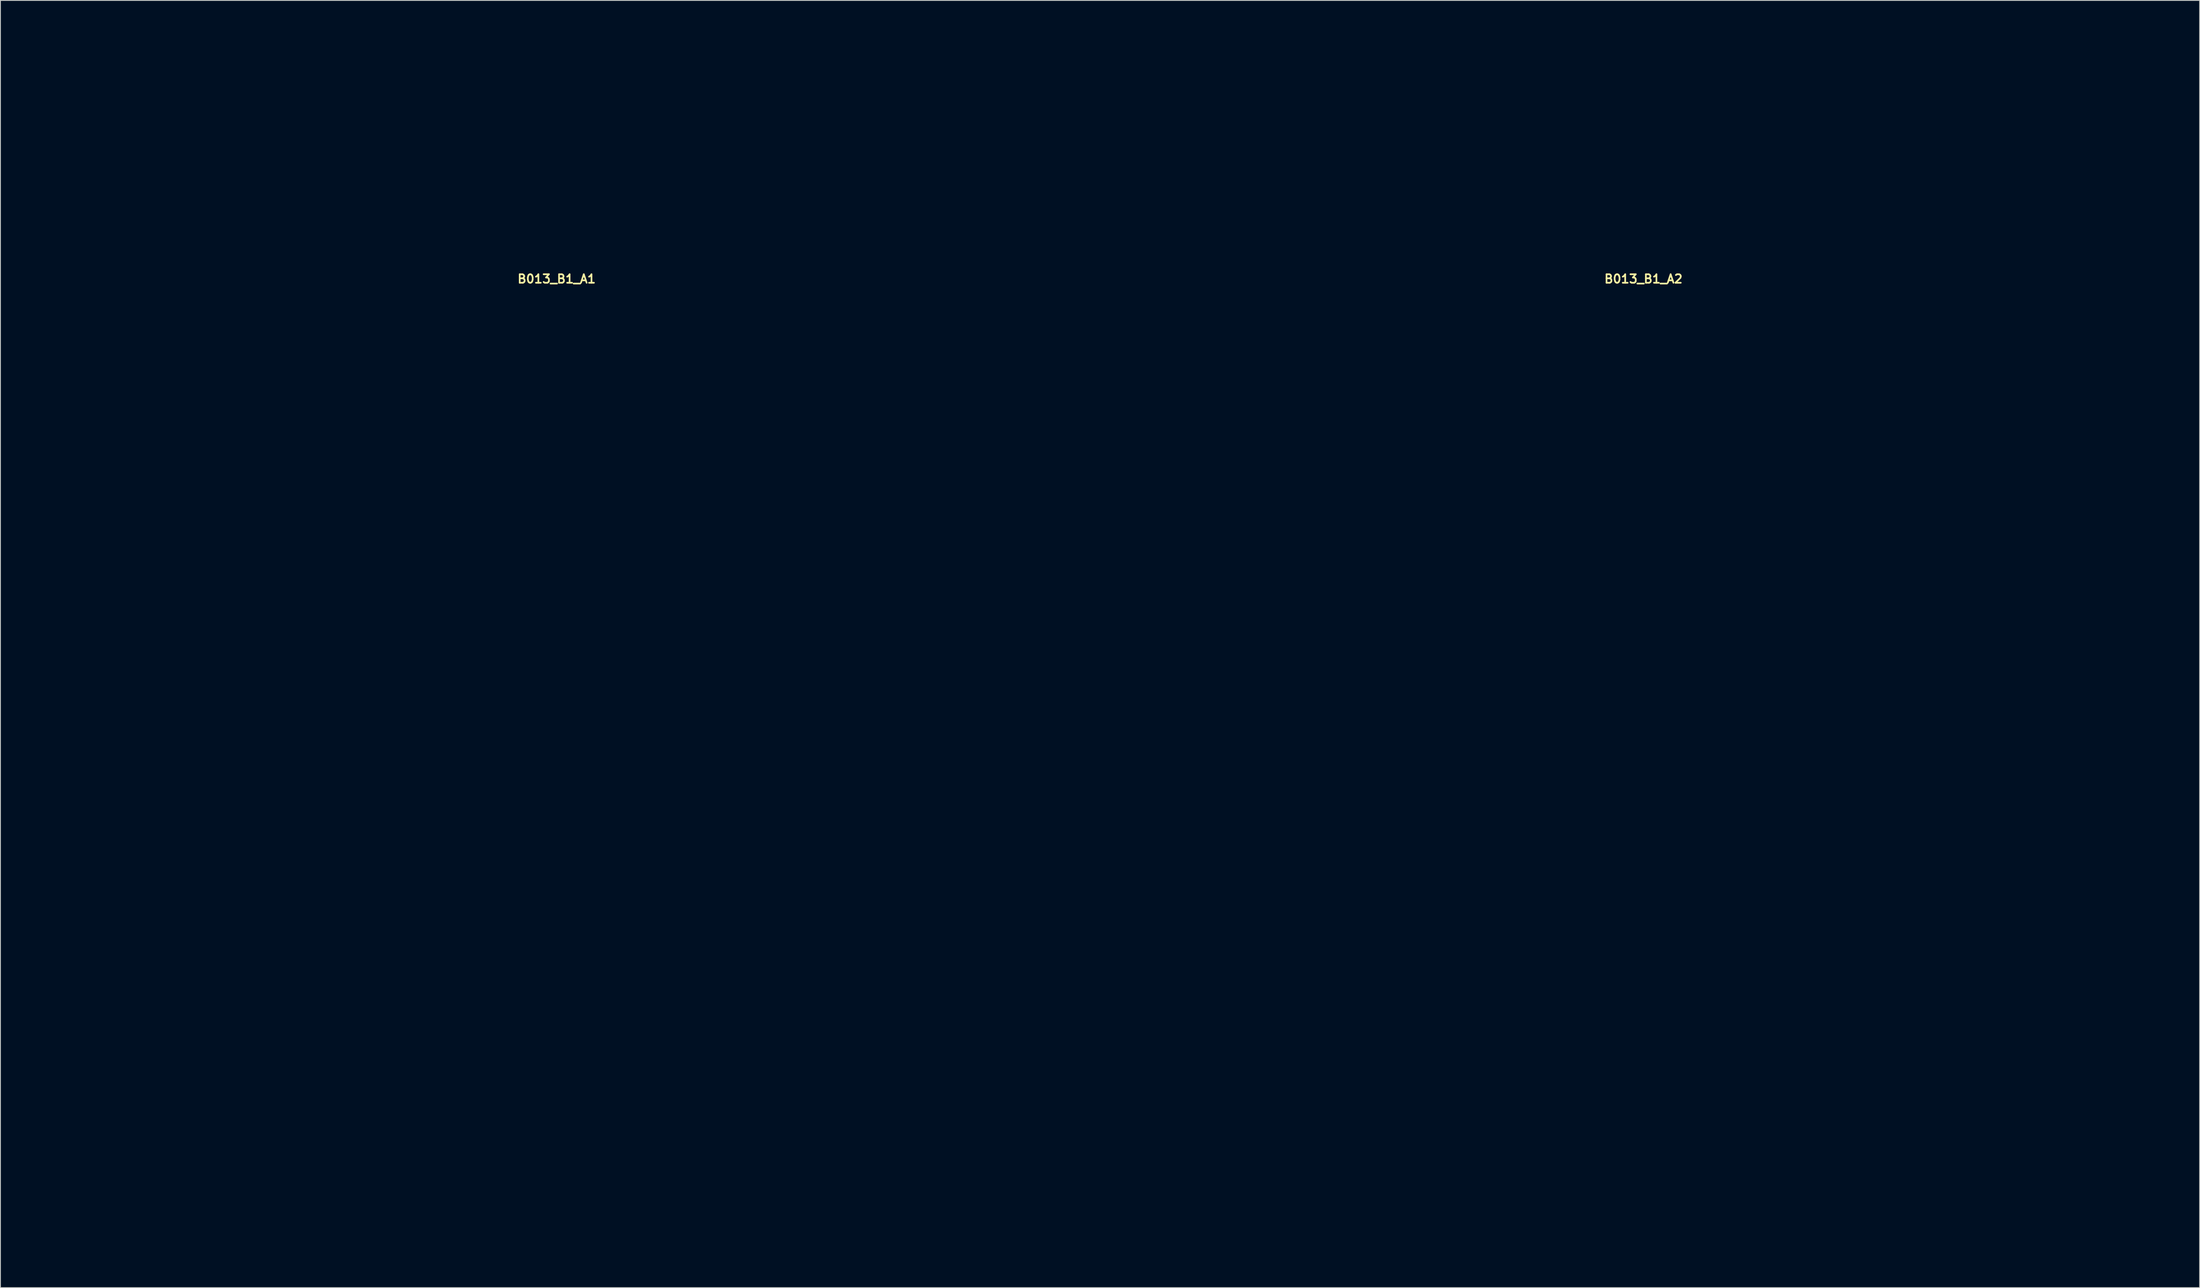
<source format=kicad_pcb>
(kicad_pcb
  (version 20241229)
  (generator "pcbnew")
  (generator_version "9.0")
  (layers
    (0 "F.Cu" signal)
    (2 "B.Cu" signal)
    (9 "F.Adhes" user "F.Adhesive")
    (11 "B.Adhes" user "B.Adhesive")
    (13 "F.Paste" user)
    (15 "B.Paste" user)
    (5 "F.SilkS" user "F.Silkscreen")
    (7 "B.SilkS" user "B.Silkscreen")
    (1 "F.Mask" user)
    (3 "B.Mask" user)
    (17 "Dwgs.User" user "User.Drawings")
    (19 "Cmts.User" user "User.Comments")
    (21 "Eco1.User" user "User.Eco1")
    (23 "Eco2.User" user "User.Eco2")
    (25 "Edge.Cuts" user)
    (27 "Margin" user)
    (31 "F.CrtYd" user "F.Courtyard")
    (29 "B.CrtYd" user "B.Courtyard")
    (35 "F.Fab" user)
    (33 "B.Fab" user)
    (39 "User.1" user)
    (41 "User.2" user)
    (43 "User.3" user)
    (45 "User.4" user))
  (footprint "B013_B1_A2"
    (layer "F.Cu")
    (at 189.9 87.75)
    (property "Reference" "B013_B1_A2" (at 0 -58.039 0) (layer "F.SilkS") (effects (font (size 1 1) (thickness 0.2))))
    (attr through_hole)
    (fp_line (start -62.1 -57.25) (end -62.1 57.25) (stroke (width 0.4) (type solid)) (layer "Eco1.User"))
    (fp_line (start -62.1 -57.25) (end -31.8 -57.25) (stroke (width 0.4) (type solid)) (layer "Eco1.User"))
    (fp_line (start -62.1 57.25) (end -31.8 57.25) (stroke (width 0.4) (type solid)) (layer "Eco1.User"))
    (fp_line (start -58.1 -57.25) (end -58.1 57.25) (stroke (width 0.4) (type solid)) (layer "Eco1.User"))
    (fp_line (start -31.8 -87.55) (end -31.8 -57.25) (stroke (width 0.4) (type solid)) (layer "Eco1.User"))
    (fp_line (start -31.8 -87.55) (end 31.8 -87.55) (stroke (width 0.4) (type solid)) (layer "Eco1.User"))
    (fp_line (start -31.8 -83.55) (end 31.8 -83.55) (stroke (width 0.4) (type solid)) (layer "Eco1.User"))
    (fp_line (start -31.8 -57.25) (end -31.8 57.25) (stroke (width 0.4) (type solid)) (layer "Eco1.User"))
    (fp_line (start -31.8 -57.25) (end 31.8 -57.25) (stroke (width 0.4) (type solid)) (layer "Eco1.User"))
    (fp_line (start -31.8 57.25) (end 31.8 57.25) (stroke (width 0.4) (type solid)) (layer "Eco1.User"))
    (fp_line (start -30.45 -55.75) (end -30.45 55.75) (stroke (width 0.4) (type solid)) (layer "Eco1.User"))
    (fp_line (start -30.45 -55.75) (end 30.45 -55.75) (stroke (width 0.4) (type solid)) (layer "Eco1.User"))
    (fp_line (start -30.45 -49) (end -27.1 -49) (stroke (width 0.4) (type solid)) (layer "Eco1.User"))
    (fp_line (start -30.45 49) (end -27.1 49) (stroke (width 0.4) (type solid)) (layer "Eco1.User"))
    (fp_line (start -30.45 55.75) (end 30.45 55.75) (stroke (width 0.4) (type solid)) (layer "Eco1.User"))
    (fp_line (start -23.85 -55.75) (end -23.85 -52.25) (stroke (width 0.4) (type solid)) (layer "Eco1.User"))
    (fp_line (start -23.85 52.25) (end -23.85 55.75) (stroke (width 0.4) (type solid)) (layer "Eco1.User"))
    (fp_line (start 23.85 -55.75) (end 23.85 -52.25) (stroke (width 0.4) (type solid)) (layer "Eco1.User"))
    (fp_line (start 23.85 52.25) (end 23.85 55.75) (stroke (width 0.4) (type solid)) (layer "Eco1.User"))
    (fp_line (start 27.1 -49) (end 30.45 -49) (stroke (width 0.4) (type solid)) (layer "Eco1.User"))
    (fp_line (start 27.1 49) (end 30.45 49) (stroke (width 0.4) (type solid)) (layer "Eco1.User"))
    (fp_line (start 30.45 -55.75) (end 30.45 55.75) (stroke (width 0.4) (type solid)) (layer "Eco1.User"))
    (fp_line (start 31.8 -87.55) (end 31.8 -57.25) (stroke (width 0.4) (type solid)) (layer "Eco1.User"))
    (fp_line (start 31.8 -57.25) (end 31.8 57.25) (stroke (width 0.4) (type solid)) (layer "Eco1.User"))
    (fp_line (start 31.8 -57.25) (end 62.1 -57.25) (stroke (width 0.4) (type solid)) (layer "Eco1.User"))
    (fp_line (start 31.8 57.25) (end 62.1 57.25) (stroke (width 0.4) (type solid)) (layer "Eco1.User"))
    (fp_line (start 58.1 -57.25) (end 58.1 57.25) (stroke (width 0.4) (type solid)) (layer "Eco1.User"))
    (fp_line (start 62.1 -57.25) (end 62.1 57.25) (stroke (width 0.4) (type solid)) (layer "Eco1.User"))
    (fp_arc (start -27.1 49) (mid -24.801903 49.951903) (end -23.85 52.25) (stroke (width 0.4) (type solid)) (layer "Eco1.User"))
    (fp_arc (start -23.85 -52.25) (mid -24.801903 -49.951903) (end -27.1 -49) (stroke (width 0.4) (type solid)) (layer "Eco1.User"))
    (fp_arc (start 23.85 52.25) (mid 24.801903 49.951903) (end 27.1 49) (stroke (width 0.4) (type solid)) (layer "Eco1.User"))
    (fp_arc (start 27.1 -49) (mid 24.801903 -49.951903) (end 23.85 -52.25) (stroke (width 0.4) (type solid)) (layer "Eco1.User"))
    (fp_circle (center -43.95 1.27) (end -37.95 1.27) (stroke (width 0.4) (type solid)) (fill no) (layer "Eco1.User"))
    (fp_circle (center -27.1 -52.25) (end -25.6 -52.25) (stroke (width 0.4) (type solid)) (fill no) (layer "Eco1.User"))
    (fp_circle (center -27.1 52.25) (end -25.6 52.25) (stroke (width 0.4) (type solid)) (fill no) (layer "Eco1.User"))
    (fp_circle (center -26.95 -40.44) (end -25.55 -40.44) (stroke (width 0.4) (type solid)) (fill no) (layer "Eco1.User"))
    (fp_circle (center -19.05 -40.44) (end -15.35 -40.44) (stroke (width 0.4) (type solid)) (fill no) (layer "Eco1.User"))
    (fp_circle (center -7.9 -26.67) (end -6.5 -26.67) (stroke (width 0.4) (type solid)) (fill no) (layer "Eco1.User"))
    (fp_circle (center 0 -71) (end 5.5 -71) (stroke (width 0.4) (type solid)) (fill no) (layer "Eco1.User"))
    (fp_circle (center 0 -26.67) (end 3.7 -26.67) (stroke (width 0.4) (type solid)) (fill no) (layer "Eco1.User"))
    (fp_circle (center 0 -7.62) (end 2.65 -7.62) (stroke (width 0.4) (type solid)) (fill no) (layer "Eco1.User"))
    (fp_circle (center 0 19.05) (end 6.5 19.05) (stroke (width 0.4) (type solid)) (fill no) (layer "Eco1.User"))
    (fp_circle (center 11.15 -40.44) (end 12.55 -40.44) (stroke (width 0.4) (type solid)) (fill no) (layer "Eco1.User"))
    (fp_circle (center 19.05 -40.44) (end 22.75 -40.44) (stroke (width 0.4) (type solid)) (fill no) (layer "Eco1.User"))
    (fp_circle (center 27.1 -52.25) (end 28.6 -52.25) (stroke (width 0.4) (type solid)) (fill no) (layer "Eco1.User"))
    (fp_circle (center 27.1 52.25) (end 28.6 52.25) (stroke (width 0.4) (type solid)) (fill no) (layer "Eco1.User"))
    (fp_circle (center 43.95 1.27) (end 49.95 1.27) (stroke (width 0.4) (type solid)) (fill no) (layer "Eco1.User")))
  (footprint "B013_B1_A1"
    (layer "F.Cu")
    (at 62.3 87.75)
    (property "Reference" "B013_B1_A1" (at 0 -58.039 0) (layer "F.SilkS") (effects (font (size 1 1) (thickness 0.2))))
    (attr through_hole)
    (fp_line (start -62.1 -57.25) (end -62.1 57.25) (stroke (width 0.4) (type solid)) (layer "Eco1.User"))
    (fp_line (start -62.1 -57.25) (end -31.8 -57.25) (stroke (width 0.4) (type solid)) (layer "Eco1.User"))
    (fp_line (start -62.1 57.25) (end -31.8 57.25) (stroke (width 0.4) (type solid)) (layer "Eco1.User"))
    (fp_line (start -58.1 -57.25) (end -58.1 57.25) (stroke (width 0.4) (type solid)) (layer "Eco1.User"))
    (fp_line (start -31.8 -87.55) (end -31.8 -57.25) (stroke (width 0.4) (type solid)) (layer "Eco1.User"))
    (fp_line (start -31.8 -87.55) (end 31.8 -87.55) (stroke (width 0.4) (type solid)) (layer "Eco1.User"))
    (fp_line (start -31.8 -83.55) (end 31.8 -83.55) (stroke (width 0.4) (type solid)) (layer "Eco1.User"))
    (fp_line (start -31.8 -57.25) (end -31.8 57.25) (stroke (width 0.4) (type solid)) (layer "Eco1.User"))
    (fp_line (start -31.8 -57.25) (end 31.8 -57.25) (stroke (width 0.4) (type solid)) (layer "Eco1.User"))
    (fp_line (start -31.8 57.25) (end 31.8 57.25) (stroke (width 0.4) (type solid)) (layer "Eco1.User"))
    (fp_line (start -30.45 -55.75) (end -30.45 55.75) (stroke (width 0.4) (type solid)) (layer "Eco1.User"))
    (fp_line (start -30.45 -55.75) (end 30.45 -55.75) (stroke (width 0.4) (type solid)) (layer "Eco1.User"))
    (fp_line (start -30.45 -49) (end -27.1 -49) (stroke (width 0.4) (type solid)) (layer "Eco1.User"))
    (fp_line (start -30.45 49) (end -27.1 49) (stroke (width 0.4) (type solid)) (layer "Eco1.User"))
    (fp_line (start -30.45 55.75) (end 30.45 55.75) (stroke (width 0.4) (type solid)) (layer "Eco1.User"))
    (fp_line (start -23.85 -55.75) (end -23.85 -52.25) (stroke (width 0.4) (type solid)) (layer "Eco1.User"))
    (fp_line (start -23.85 52.25) (end -23.85 55.75) (stroke (width 0.4) (type solid)) (layer "Eco1.User"))
    (fp_line (start 23.85 -55.75) (end 23.85 -52.25) (stroke (width 0.4) (type solid)) (layer "Eco1.User"))
    (fp_line (start 23.85 52.25) (end 23.85 55.75) (stroke (width 0.4) (type solid)) (layer "Eco1.User"))
    (fp_line (start 27.1 -49) (end 30.45 -49) (stroke (width 0.4) (type solid)) (layer "Eco1.User"))
    (fp_line (start 27.1 49) (end 30.45 49) (stroke (width 0.4) (type solid)) (layer "Eco1.User"))
    (fp_line (start 30.45 -55.75) (end 30.45 55.75) (stroke (width 0.4) (type solid)) (layer "Eco1.User"))
    (fp_line (start 31.8 -87.55) (end 31.8 -57.25) (stroke (width 0.4) (type solid)) (layer "Eco1.User"))
    (fp_line (start 31.8 -57.25) (end 31.8 57.25) (stroke (width 0.4) (type solid)) (layer "Eco1.User"))
    (fp_line (start 31.8 -57.25) (end 62.1 -57.25) (stroke (width 0.4) (type solid)) (layer "Eco1.User"))
    (fp_line (start 31.8 57.25) (end 62.1 57.25) (stroke (width 0.4) (type solid)) (layer "Eco1.User"))
    (fp_line (start 58.1 -57.25) (end 58.1 57.25) (stroke (width 0.4) (type solid)) (layer "Eco1.User"))
    (fp_line (start 62.1 -57.25) (end 62.1 57.25) (stroke (width 0.4) (type solid)) (layer "Eco1.User"))
    (fp_arc (start -27.1 49) (mid -24.801903 49.951903) (end -23.85 52.25) (stroke (width 0.4) (type solid)) (layer "Eco1.User"))
    (fp_arc (start -23.85 -52.25) (mid -24.801903 -49.951903) (end -27.1 -49) (stroke (width 0.4) (type solid)) (layer "Eco1.User"))
    (fp_arc (start 23.85 52.25) (mid 24.801903 49.951903) (end 27.1 49) (stroke (width 0.4) (type solid)) (layer "Eco1.User"))
    (fp_arc (start 27.1 -49) (mid 24.801903 -49.951903) (end 23.85 -52.25) (stroke (width 0.4) (type solid)) (layer "Eco1.User"))
    (fp_circle (center -43.95 1.27) (end -37.95 1.27) (stroke (width 0.4) (type solid)) (fill no) (layer "Eco1.User"))
    (fp_circle (center -27.1 -52.25) (end -25.6 -52.25) (stroke (width 0.4) (type solid)) (fill no) (layer "Eco1.User"))
    (fp_circle (center -27.1 52.25) (end -25.6 52.25) (stroke (width 0.4) (type solid)) (fill no) (layer "Eco1.User"))
    (fp_circle (center -26.95 -40.44) (end -25.45 -40.44) (stroke (width 0.4) (type solid)) (fill no) (layer "Eco1.User"))
    (fp_circle (center -19.05 -40.44) (end -15.35 -40.44) (stroke (width 0.4) (type solid)) (fill no) (layer "Eco1.User"))
    (fp_circle (center -7.9 -26.67) (end -6.4 -26.67) (stroke (width 0.4) (type solid)) (fill no) (layer "Eco1.User"))
    (fp_circle (center 0 -71) (end 5.5 -71) (stroke (width 0.4) (type solid)) (fill no) (layer "Eco1.User"))
    (fp_circle (center 0 -26.67) (end 3.7 -26.67) (stroke (width 0.4) (type solid)) (fill no) (layer "Eco1.User"))
    (fp_circle (center 0 -7.62) (end 2.65 -7.62) (stroke (width 0.4) (type solid)) (fill no) (layer "Eco1.User"))
    (fp_circle (center 0 19.05) (end 6.5 19.05) (stroke (width 0.4) (type solid)) (fill no) (layer "Eco1.User"))
    (fp_circle (center 11.15 -40.44) (end 12.65 -40.44) (stroke (width 0.4) (type solid)) (fill no) (layer "Eco1.User"))
    (fp_circle (center 19.05 -40.44) (end 22.75 -40.44) (stroke (width 0.4) (type solid)) (fill no) (layer "Eco1.User"))
    (fp_circle (center 27.1 -52.25) (end 28.6 -52.25) (stroke (width 0.4) (type solid)) (fill no) (layer "Eco1.User"))
    (fp_circle (center 27.1 52.25) (end 28.6 52.25) (stroke (width 0.4) (type solid)) (fill no) (layer "Eco1.User"))
    (fp_circle (center 43.95 1.27) (end 49.95 1.27) (stroke (width 0.4) (type solid)) (fill no) (layer "Eco1.User")))
  (gr_rect
    (start -3 -3)
    (end 255.2 148.2)
    (stroke (width 0.1) (type default))
    (fill no)
    (layer "Edge.Cuts")))
</source>
